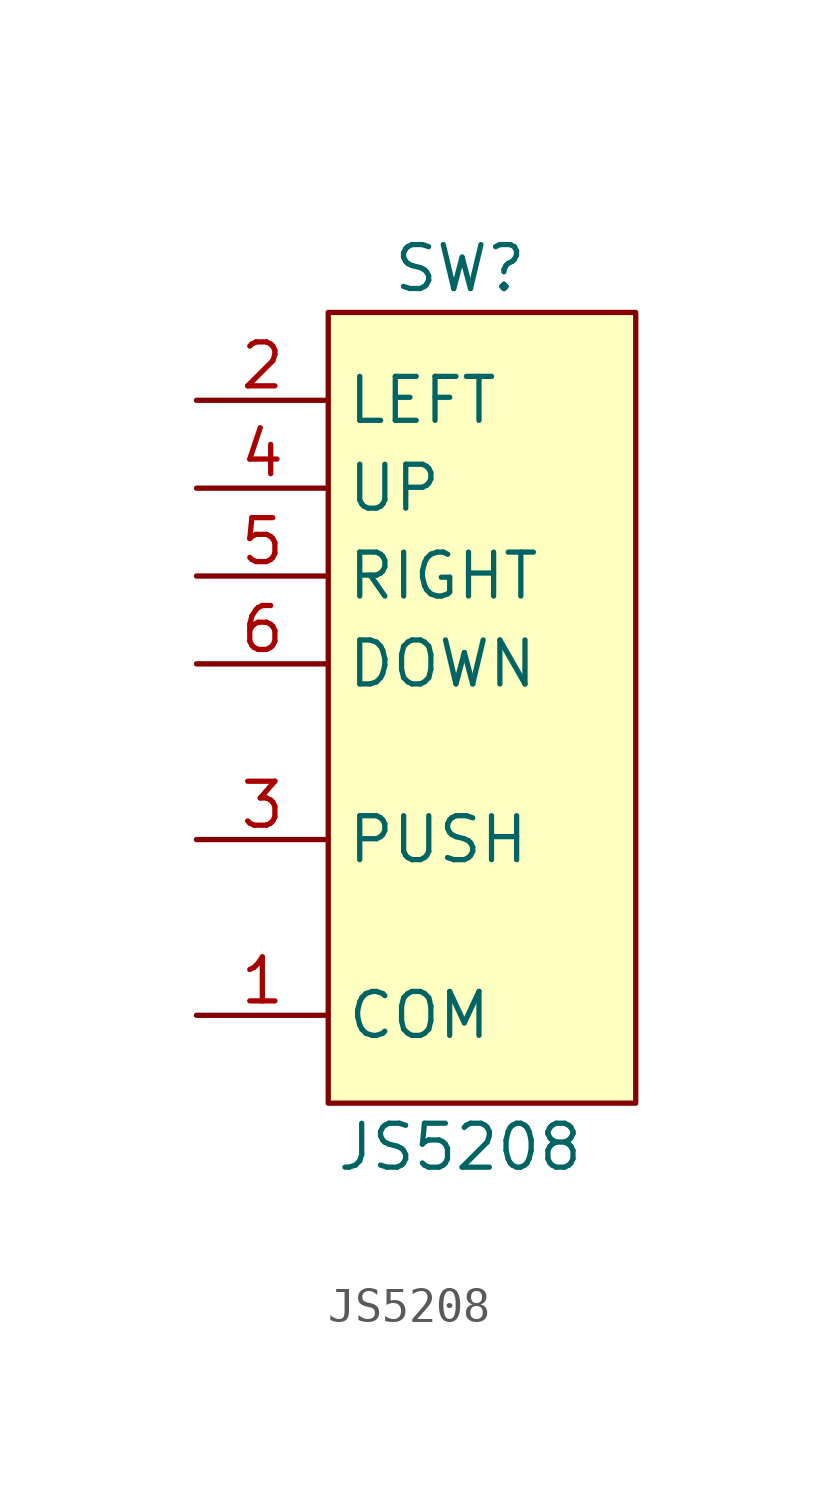
<source format=kicad_sym>
(kicad_symbol_lib
  (version 20211014)
  (generator kicad_symbol_editor)
  (symbol "JS5208"
    (property "Reference" "SW"
      (at 3.81 3.81 0)
      (effects (font (size 1.27 1.27))))
    (property "Value" "JS5208"
      (at 3.81 -21.59 0)
      (effects (font (size 1.27 1.27))))
    (symbol "JS5208_0_0"
      (rectangle (start 0 2.54) (end 8.89 -20.32) (stroke (width 0) (type default) (color 0 0 0 0)) (fill (type background))))
    (symbol "JS5208_1_1"
      (pin input line (at -3.81 -17.78 0) (length 3.81) (name "COM" (effects (font (size 1.27 1.27)))) (number "1" (effects (font (size 1.27 1.27)))))
      (pin input line (at -3.81 0 0) (length 3.81) (name "LEFT" (effects (font (size 1.27 1.27)))) (number "2" (effects (font (size 1.27 1.27)))))
      (pin input line (at -3.81 -12.7 0) (length 3.81) (name "PUSH" (effects (font (size 1.27 1.27)))) (number "3" (effects (font (size 1.27 1.27)))))
      (pin input line (at -3.81 -2.54 0) (length 3.81) (name "UP" (effects (font (size 1.27 1.27)))) (number "4" (effects (font (size 1.27 1.27)))))
      (pin input line (at -3.81 -5.08 0) (length 3.81) (name "RIGHT" (effects (font (size 1.27 1.27)))) (number "5" (effects (font (size 1.27 1.27)))))
      (pin input line (at -3.81 -7.62 0) (length 3.81) (name "DOWN" (effects (font (size 1.27 1.27)))) (number "6" (effects (font (size 1.27 1.27))))))))
</source>
